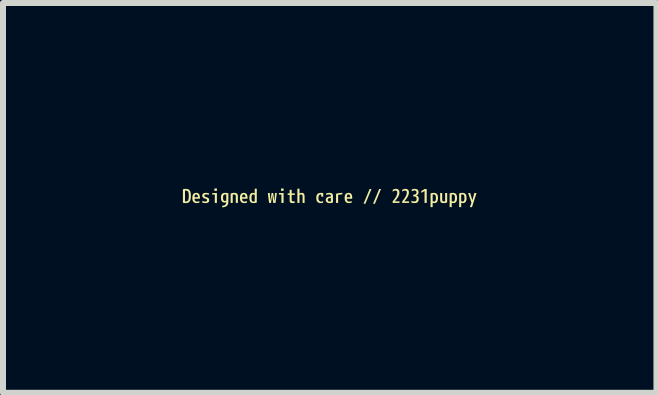
<source format=kicad_pcb>
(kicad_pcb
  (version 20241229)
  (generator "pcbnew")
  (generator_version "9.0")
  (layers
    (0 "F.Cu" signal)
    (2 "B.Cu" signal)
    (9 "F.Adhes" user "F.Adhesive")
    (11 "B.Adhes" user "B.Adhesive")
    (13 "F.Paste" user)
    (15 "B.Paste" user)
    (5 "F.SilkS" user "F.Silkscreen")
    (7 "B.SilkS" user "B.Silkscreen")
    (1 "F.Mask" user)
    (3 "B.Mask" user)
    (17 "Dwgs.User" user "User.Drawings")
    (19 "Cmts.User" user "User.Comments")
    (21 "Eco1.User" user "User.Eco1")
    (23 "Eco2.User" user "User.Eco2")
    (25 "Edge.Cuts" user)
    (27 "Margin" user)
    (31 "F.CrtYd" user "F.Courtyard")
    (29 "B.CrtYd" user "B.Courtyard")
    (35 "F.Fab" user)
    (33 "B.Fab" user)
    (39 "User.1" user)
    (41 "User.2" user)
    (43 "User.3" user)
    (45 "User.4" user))
  (footprint "kibuzzard-6387A879"
    (layer "F.Cu")
    (at 2.448 0.25)
    (property "Reference" "kibuzzard-6387A879" (at 0 -0.158 0) (layer "F.SilkS") (effects (font (size 0.001 0.001) (thickness 0.000003))))
    (attr board_only exclude_from_pos_files exclude_from_bom)
    (fp_poly (pts (xy -1.923 -0.117) (xy -1.923 -0.157) (xy -1.881 -0.157) (xy -1.881 -0.117) (xy -1.923 -0.117)) (stroke (width 0) (type solid)) (fill yes) (layer "F.SilkS"))
    (fp_poly (pts (xy -0.811 -0.117) (xy -0.811 -0.157) (xy -0.769 -0.157) (xy -0.769 -0.117) (xy -0.811 -0.117)) (stroke (width 0) (type solid)) (fill yes) (layer "F.SilkS"))
    (fp_poly (pts (xy 0.697 -0.148) (xy 0.595 0.097) (xy 0.564 0.097) (xy 0.666 -0.148) (xy 0.697 -0.148)) (stroke (width 0) (type solid)) (fill yes) (layer "F.SilkS"))
    (fp_poly (pts (xy 0.856 -0.148) (xy 0.754 0.097) (xy 0.723 0.097) (xy 0.825 -0.148) (xy 0.856 -0.148)) (stroke (width 0) (type solid)) (fill yes) (layer "F.SilkS"))
    (fp_poly (pts (xy -1.958 -0.081) (xy -1.881 -0.081) (xy -1.881 0.084) (xy -1.916 0.084) (xy -1.916 -0.055) (xy -1.958 -0.055) (xy -1.958 -0.081)) (stroke (width 0) (type solid)) (fill yes) (layer "F.SilkS"))
    (fp_poly (pts (xy -0.847 -0.081) (xy -0.769 -0.081) (xy -0.769 0.084) (xy -0.805 0.084) (xy -0.805 -0.055) (xy -0.847 -0.055) (xy -0.847 -0.081)) (stroke (width 0) (type solid)) (fill yes) (layer "F.SilkS"))
    (fp_poly (pts (xy 1.582 0.084) (xy 1.582 -0.114) (xy 1.582 -0.115) (xy 1.527 -0.084) (xy 1.527 -0.115) (xy 1.583 -0.148) (xy 1.618 -0.148) (xy 1.618 0.084) (xy 1.582 0.084)) (stroke (width 0) (type solid)) (fill yes) (layer "F.SilkS"))
    (fp_poly (pts (xy 2.379 0.04) (xy 2.379 0.04) (xy 2.412 -0.081) (xy 2.448 -0.081) (xy 2.373 0.154) (xy 2.338 0.154) (xy 2.364 0.081) (xy 2.309 -0.081) (xy 2.343 -0.081) (xy 2.379 0.04)) (stroke (width 0) (type solid)) (fill yes) (layer "F.SilkS"))
    (fp_poly (pts (xy 0.211 -0.084) (xy 0.211 -0.058) (xy 0.186 -0.057) (xy 0.163 -0.054) (xy 0.14 -0.049) (xy 0.141 0.084) (xy 0.106 0.084) (xy 0.106 -0.068) (xy 0.126 -0.074) (xy 0.147 -0.078) (xy 0.168 -0.081) (xy 0.189 -0.083) (xy 0.211 -0.084)) (stroke (width 0) (type solid)) (fill yes) (layer "F.SilkS"))
    (fp_poly (pts (xy -0.988 0.044) (xy -0.969 -0.081) (xy -0.942 -0.081) (xy -0.923 0.056) (xy -0.922 0.056) (xy -0.911 -0.081) (xy -0.882 -0.081) (xy -0.903 0.084) (xy -0.942 0.084) (xy -0.958 -0.046) (xy -0.959 -0.046) (xy -0.978 0.084) (xy -1.011 0.084) (xy -1.031 -0.081) (xy -0.999 -0.081) (xy -0.989 0.044) (xy -0.988 0.044)) (stroke (width 0) (type solid)) (fill yes) (layer "F.SilkS"))
    (fp_poly (pts (xy -1.652 -0.071) (xy -1.635 -0.078) (xy -1.617 -0.083) (xy -1.597 -0.084) (xy -1.574 -0.083) (xy -1.556 -0.079) (xy -1.545 -0.072) (xy -1.535 -0.055) (xy -1.531 -0.027) (xy -1.531 0.084) (xy -1.566 0.084) (xy -1.566 -0.029) (xy -1.572 -0.052) (xy -1.596 -0.058) (xy -1.617 -0.051) (xy -1.617 0.084) (xy -1.652 0.084) (xy -1.652 -0.071)) (stroke (width 0) (type solid)) (fill yes) (layer "F.SilkS"))
    (fp_poly (pts (xy 1.925 -0.081) (xy 1.959 -0.081) (xy 1.959 0.074) (xy 1.943 0.081) (xy 1.924 0.086) (xy 1.904 0.087) (xy 1.883 0.086) (xy 1.866 0.082) (xy 1.855 0.076) (xy 1.845 0.059) (xy 1.842 0.032) (xy 1.842 -0.081) (xy 1.876 -0.081) (xy 1.876 0.032) (xy 1.882 0.055) (xy 1.903 0.061) (xy 1.925 0.055) (xy 1.925 -0.081)) (stroke (width 0) (type solid)) (fill yes) (layer "F.SilkS"))
    (fp_poly (pts (xy -0.468 -0.084) (xy -0.446 -0.081) (xy -0.43 -0.071) (xy -0.422 -0.053) (xy -0.419 -0.026) (xy -0.419 0.084) (xy -0.453 0.084) (xy -0.452 -0.017) (xy -0.454 -0.038) (xy -0.457 -0.05) (xy -0.477 -0.058) (xy -0.491 -0.055) (xy -0.504 -0.045) (xy -0.504 0.084) (xy -0.539 0.084) (xy -0.539 -0.154) (xy -0.504 -0.154) (xy -0.504 -0.075) (xy -0.486 -0.082) (xy -0.468 -0.084)) (stroke (width 0) (type solid)) (fill yes) (layer "F.SilkS"))
    (fp_poly (pts (xy -0.581 -0.075) (xy -0.581 -0.049) (xy -0.634 -0.049) (xy -0.634 0.03) (xy -0.63 0.054) (xy -0.611 0.059) (xy -0.597 0.058) (xy -0.584 0.055) (xy -0.584 0.084) (xy -0.6 0.086) (xy -0.617 0.087) (xy -0.642 0.085) (xy -0.657 0.077) (xy -0.666 0.061) (xy -0.668 0.037) (xy -0.668 -0.049) (xy -0.701 -0.049) (xy -0.701 -0.075) (xy -0.668 -0.075) (xy -0.668 -0.135) (xy -0.634 -0.135) (xy -0.634 -0.075) (xy -0.581 -0.075)) (stroke (width 0) (type solid)) (fill yes) (layer "F.SilkS"))
    (fp_poly (pts (xy -0.108 -0.021) (xy -0.142 -0.021) (xy -0.142 -0.057) (xy -0.15 -0.058) (xy -0.166 -0.054) (xy -0.179 -0.043) (xy -0.186 -0.024) (xy -0.189 0.002) (xy -0.186 0.028) (xy -0.177 0.047) (xy -0.163 0.059) (xy -0.145 0.063) (xy -0.128 0.06) (xy -0.11 0.053) (xy -0.11 0.079) (xy -0.129 0.085) (xy -0.149 0.087) (xy -0.171 0.085) (xy -0.19 0.078) (xy -0.205 0.066) (xy -0.216 0.049) (xy -0.222 0.028) (xy -0.224 0.002) (xy -0.223 -0.021) (xy -0.218 -0.04) (xy -0.211 -0.056) (xy -0.2 -0.068) (xy -0.186 -0.077) (xy -0.169 -0.082) (xy -0.15 -0.084) (xy -0.128 -0.083) (xy -0.108 -0.078) (xy -0.108 -0.021)) (stroke (width 0) (type solid)) (fill yes) (layer "F.SilkS"))
    (fp_poly (pts (xy 1.106 -0.151) (xy 1.13 -0.147) (xy 1.148 -0.135) (xy 1.159 -0.116) (xy 1.163 -0.089) (xy 1.161 -0.069) (xy 1.155 -0.047) (xy 1.145 -0.025) (xy 1.134 -0.007) (xy 1.121 0.013) (xy 1.105 0.034) (xy 1.087 0.056) (xy 1.087 0.057) (xy 1.164 0.057) (xy 1.164 0.084) (xy 1.05 0.084) (xy 1.05 0.057) (xy 1.07 0.033) (xy 1.087 0.01) (xy 1.102 -0.011) (xy 1.113 -0.032) (xy 1.12 -0.051) (xy 1.125 -0.07) (xy 1.127 -0.087) (xy 1.125 -0.104) (xy 1.12 -0.115) (xy 1.099 -0.123) (xy 1.084 -0.121) (xy 1.068 -0.115) (xy 1.05 -0.104) (xy 1.05 -0.134) (xy 1.067 -0.143) (xy 1.086 -0.149) (xy 1.106 -0.151)) (stroke (width 0) (type solid)) (fill yes) (layer "F.SilkS"))
    (fp_poly (pts (xy 1.265 -0.151) (xy 1.289 -0.147) (xy 1.307 -0.135) (xy 1.318 -0.116) (xy 1.321 -0.089) (xy 1.319 -0.069) (xy 1.313 -0.047) (xy 1.303 -0.025) (xy 1.293 -0.007) (xy 1.28 0.013) (xy 1.264 0.034) (xy 1.245 0.056) (xy 1.245 0.057) (xy 1.323 0.057) (xy 1.323 0.084) (xy 1.209 0.084) (xy 1.209 0.057) (xy 1.229 0.033) (xy 1.246 0.01) (xy 1.26 -0.011) (xy 1.271 -0.032) (xy 1.279 -0.051) (xy 1.284 -0.07) (xy 1.285 -0.087) (xy 1.284 -0.104) (xy 1.279 -0.115) (xy 1.258 -0.123) (xy 1.243 -0.121) (xy 1.226 -0.115) (xy 1.209 -0.104) (xy 1.209 -0.134) (xy 1.226 -0.143) (xy 1.245 -0.149) (xy 1.265 -0.151)) (stroke (width 0) (type solid)) (fill yes) (layer "F.SilkS"))
    (fp_poly (pts (xy 1.806 0.002) (xy 1.769 -0.026) (xy 1.763 -0.045) (xy 1.753 -0.055) (xy 1.738 -0.058) (xy 1.717 -0.055) (xy 1.717 0.054) (xy 1.741 0.062) (xy 1.754 0.058) (xy 1.764 0.047) (xy 1.769 0.028) (xy 1.771 0.002) (xy 1.769 -0.026) (xy 1.806 0.002) (xy 1.804 0.028) (xy 1.799 0.049) (xy 1.791 0.066) (xy 1.779 0.078) (xy 1.764 0.085) (xy 1.745 0.087) (xy 1.731 0.086) (xy 1.717 0.081) (xy 1.717 0.154) (xy 1.682 0.154) (xy 1.682 -0.074) (xy 1.699 -0.08) (xy 1.717 -0.083) (xy 1.736 -0.084) (xy 1.758 -0.082) (xy 1.776 -0.075) (xy 1.789 -0.064) (xy 1.799 -0.048) (xy 1.804 -0.026) (xy 1.806 0.002)) (stroke (width 0) (type solid)) (fill yes) (layer "F.SilkS"))
    (fp_poly (pts (xy 2.124 0.002) (xy 2.087 -0.026) (xy 2.081 -0.045) (xy 2.07 -0.055) (xy 2.055 -0.058) (xy 2.035 -0.055) (xy 2.035 0.054) (xy 2.059 0.062) (xy 2.072 0.058) (xy 2.081 0.047) (xy 2.087 0.028) (xy 2.089 0.002) (xy 2.087 -0.026) (xy 2.124 0.002) (xy 2.122 0.028) (xy 2.117 0.049) (xy 2.108 0.066) (xy 2.097 0.078) (xy 2.081 0.085) (xy 2.063 0.087) (xy 2.048 0.086) (xy 2.035 0.081) (xy 2.035 0.154) (xy 2 0.154) (xy 2 -0.074) (xy 2.017 -0.08) (xy 2.035 -0.083) (xy 2.054 -0.084) (xy 2.076 -0.082) (xy 2.094 -0.075) (xy 2.107 -0.064) (xy 2.116 -0.048) (xy 2.122 -0.026) (xy 2.124 0.002)) (stroke (width 0) (type solid)) (fill yes) (layer "F.SilkS"))
    (fp_poly (pts (xy 2.282 0.002) (xy 2.245 -0.026) (xy 2.239 -0.045) (xy 2.229 -0.055) (xy 2.214 -0.058) (xy 2.193 -0.055) (xy 2.193 0.054) (xy 2.217 0.062) (xy 2.23 0.058) (xy 2.24 0.047) (xy 2.246 0.028) (xy 2.247 0.002) (xy 2.245 -0.026) (xy 2.282 0.002) (xy 2.281 0.028) (xy 2.276 0.049) (xy 2.267 0.066) (xy 2.255 0.078) (xy 2.24 0.085) (xy 2.221 0.087) (xy 2.207 0.086) (xy 2.193 0.081) (xy 2.193 0.154) (xy 2.159 0.154) (xy 2.159 -0.074) (xy 2.176 -0.08) (xy 2.194 -0.083) (xy 2.212 -0.084) (xy 2.235 -0.082) (xy 2.252 -0.075) (xy 2.266 -0.064) (xy 2.275 -0.048) (xy 2.28 -0.026) (xy 2.282 0.002)) (stroke (width 0) (type solid)) (fill yes) (layer "F.SilkS"))
    (fp_poly (pts (xy -2.315 -0.035) (xy -2.351 -0.064) (xy -2.355 -0.087) (xy -2.361 -0.104) (xy -2.377 -0.118) (xy -2.399 -0.123) (xy -2.413 -0.12) (xy -2.413 0.057) (xy -2.399 0.06) (xy -2.376 0.055) (xy -2.361 0.04) (xy -2.355 0.022) (xy -2.351 -0.003) (xy -2.35 -0.035) (xy -2.351 -0.064) (xy -2.315 -0.035) (xy -2.316 -0.006) (xy -2.319 0.018) (xy -2.324 0.038) (xy -2.336 0.061) (xy -2.352 0.076) (xy -2.372 0.085) (xy -2.399 0.087) (xy -2.425 0.086) (xy -2.448 0.081) (xy -2.448 -0.144) (xy -2.424 -0.149) (xy -2.399 -0.151) (xy -2.372 -0.148) (xy -2.35 -0.139) (xy -2.335 -0.125) (xy -2.326 -0.11) (xy -2.32 -0.089) (xy -2.316 -0.065) (xy -2.315 -0.035)) (stroke (width 0) (type solid)) (fill yes) (layer "F.SilkS"))
    (fp_poly (pts (xy -1.339 0.002) (xy -1.302 0.03) (xy -1.296 0.049) (xy -1.286 0.059) (xy -1.271 0.063) (xy -1.25 0.058) (xy -1.25 -0.047) (xy -1.262 -0.055) (xy -1.277 -0.058) (xy -1.289 -0.055) (xy -1.298 -0.045) (xy -1.303 -0.026) (xy -1.304 0.002) (xy -1.302 0.03) (xy -1.339 0.002) (xy -1.338 -0.026) (xy -1.333 -0.048) (xy -1.325 -0.064) (xy -1.314 -0.075) (xy -1.299 -0.082) (xy -1.281 -0.084) (xy -1.265 -0.082) (xy -1.25 -0.077) (xy -1.25 -0.154) (xy -1.216 -0.154) (xy -1.216 0.077) (xy -1.232 0.083) (xy -1.25 0.086) (xy -1.27 0.087) (xy -1.292 0.085) (xy -1.309 0.079) (xy -1.323 0.068) (xy -1.332 0.052) (xy -1.338 0.03) (xy -1.339 0.002)) (stroke (width 0) (type solid)) (fill yes) (layer "F.SilkS"))
    (fp_poly (pts (xy -2.064 -0.059) (xy -2.084 -0.054) (xy -2.091 -0.038) (xy -2.086 -0.024) (xy -2.067 -0.015) (xy -2.038 -0.006) (xy -2.021 0.005) (xy -2.012 0.019) (xy -2.009 0.04) (xy -2.013 0.06) (xy -2.025 0.075) (xy -2.044 0.084) (xy -2.07 0.087) (xy -2.089 0.086) (xy -2.108 0.083) (xy -2.125 0.077) (xy -2.125 0.049) (xy -2.099 0.058) (xy -2.075 0.062) (xy -2.051 0.056) (xy -2.044 0.04) (xy -2.05 0.024) (xy -2.071 0.014) (xy -2.096 0.006) (xy -2.113 -0.006) (xy -2.123 -0.02) (xy -2.126 -0.038) (xy -2.122 -0.058) (xy -2.111 -0.072) (xy -2.093 -0.081) (xy -2.067 -0.084) (xy -2.048 -0.083) (xy -2.031 -0.081) (xy -2.014 -0.077) (xy -2.014 -0.051) (xy -2.039 -0.057) (xy -2.064 -0.059)) (stroke (width 0) (type solid)) (fill yes) (layer "F.SilkS"))
    (fp_poly (pts (xy -1.461 0.014) (xy -1.461 -0.011) (xy -1.405 -0.011) (xy -1.407 -0.033) (xy -1.412 -0.048) (xy -1.432 -0.059) (xy -1.444 -0.056) (xy -1.453 -0.049) (xy -1.459 -0.034) (xy -1.461 -0.011) (xy -1.461 0.014) (xy -1.458 0.036) (xy -1.45 0.051) (xy -1.437 0.059) (xy -1.42 0.062) (xy -1.401 0.059) (xy -1.379 0.053) (xy -1.379 0.079) (xy -1.402 0.085) (xy -1.424 0.087) (xy -1.447 0.085) (xy -1.465 0.078) (xy -1.479 0.066) (xy -1.489 0.049) (xy -1.495 0.028) (xy -1.497 0.002) (xy -1.496 -0.025) (xy -1.49 -0.046) (xy -1.481 -0.063) (xy -1.468 -0.075) (xy -1.451 -0.082) (xy -1.431 -0.084) (xy -1.412 -0.082) (xy -1.397 -0.075) (xy -1.385 -0.064) (xy -1.377 -0.048) (xy -1.372 -0.026) (xy -1.37 0.001) (xy -1.371 0.014) (xy -1.461 0.014)) (stroke (width 0) (type solid)) (fill yes) (layer "F.SilkS"))
    (fp_poly (pts (xy -2.255 0.014) (xy -2.255 -0.011) (xy -2.199 -0.011) (xy -2.2 -0.033) (xy -2.206 -0.048) (xy -2.226 -0.059) (xy -2.238 -0.056) (xy -2.247 -0.049) (xy -2.252 -0.034) (xy -2.255 -0.011) (xy -2.255 0.014) (xy -2.251 0.036) (xy -2.243 0.051) (xy -2.231 0.059) (xy -2.214 0.062) (xy -2.195 0.059) (xy -2.173 0.053) (xy -2.173 0.079) (xy -2.196 0.085) (xy -2.218 0.087) (xy -2.238 0.086) (xy -2.254 0.08) (xy -2.267 0.072) (xy -2.278 0.059) (xy -2.285 0.044) (xy -2.29 0.024) (xy -2.291 0.002) (xy -2.289 -0.025) (xy -2.284 -0.046) (xy -2.275 -0.063) (xy -2.262 -0.075) (xy -2.245 -0.082) (xy -2.225 -0.084) (xy -2.206 -0.082) (xy -2.191 -0.075) (xy -2.179 -0.064) (xy -2.171 -0.048) (xy -2.166 -0.026) (xy -2.164 0.001) (xy -2.165 0.014) (xy -2.255 0.014)) (stroke (width 0) (type solid)) (fill yes) (layer "F.SilkS"))
    (fp_poly (pts (xy 0.285 0.014) (xy 0.285 -0.011) (xy 0.341 -0.011) (xy 0.34 -0.033) (xy 0.334 -0.048) (xy 0.314 -0.059) (xy 0.302 -0.056) (xy 0.293 -0.049) (xy 0.288 -0.034) (xy 0.285 -0.011) (xy 0.285 0.014) (xy 0.289 0.036) (xy 0.297 0.051) (xy 0.309 0.059) (xy 0.326 0.062) (xy 0.345 0.059) (xy 0.367 0.053) (xy 0.367 0.079) (xy 0.344 0.085) (xy 0.322 0.087) (xy 0.302 0.086) (xy 0.286 0.08) (xy 0.273 0.072) (xy 0.262 0.059) (xy 0.255 0.044) (xy 0.25 0.024) (xy 0.249 0.002) (xy 0.251 -0.025) (xy 0.256 -0.046) (xy 0.265 -0.063) (xy 0.278 -0.075) (xy 0.295 -0.082) (xy 0.315 -0.084) (xy 0.334 -0.082) (xy 0.349 -0.075) (xy 0.361 -0.064) (xy 0.369 -0.048) (xy 0.374 -0.026) (xy 0.376 0.001) (xy 0.375 0.014) (xy 0.285 0.014)) (stroke (width 0) (type solid)) (fill yes) (layer "F.SilkS"))
    (fp_poly (pts (xy -0.005 -0.084) (xy 0.024 -0.081) (xy 0.042 -0.071) (xy 0.049 -0.06) (xy 0.053 -0.043) (xy 0.054 -0.021) (xy 0.054 0.077) (xy 0.037 0.083) (xy 0.018 0.086) (xy -0.001 0.087) (xy -0.02 0.086) (xy -0.036 0.081) (xy -0.049 0.073) (xy -0.062 0.057) (xy -0.066 0.034) (xy -0.061 0.01) (xy -0.047 -0.008) (xy -0.032 -0.016) (xy -0.013 -0.021) (xy 0.011 -0.022) (xy 0.02 0.002) (xy 0.011 0.002) (xy -0.009 0.004) (xy -0.022 0.01) (xy -0.03 0.02) (xy -0.033 0.034) (xy -0.024 0.055) (xy -0.001 0.063) (xy 0.02 0.058) (xy 0.02 0.002) (xy 0.011 -0.022) (xy 0.02 -0.022) (xy 0.02 -0.028) (xy 0.015 -0.052) (xy -0.007 -0.058) (xy -0.023 -0.057) (xy -0.04 -0.053) (xy -0.058 -0.047) (xy -0.058 -0.074) (xy -0.04 -0.08) (xy -0.022 -0.083) (xy -0.005 -0.084)) (stroke (width 0) (type solid)) (fill yes) (layer "F.SilkS"))
    (fp_poly (pts (xy -1.793 0.157) (xy -1.793 0.13) (xy -1.773 0.129) (xy -1.756 0.124) (xy -1.743 0.116) (xy -1.73 0.099) (xy -1.725 0.076) (xy -1.725 0.071) (xy -1.739 0.076) (xy -1.753 0.078) (xy -1.772 0.076) (xy -1.777 0.021) (xy -1.772 0.038) (xy -1.762 0.049) (xy -1.749 0.052) (xy -1.725 0.045) (xy -1.725 -0.056) (xy -1.743 -0.058) (xy -1.759 -0.055) (xy -1.77 -0.046) (xy -1.777 -0.029) (xy -1.779 -0.003) (xy -1.777 0.021) (xy -1.772 0.076) (xy -1.787 0.069) (xy -1.799 0.058) (xy -1.807 0.042) (xy -1.812 0.022) (xy -1.814 -0.003) (xy -1.812 -0.029) (xy -1.806 -0.05) (xy -1.797 -0.065) (xy -1.783 -0.076) (xy -1.764 -0.082) (xy -1.741 -0.084) (xy -1.714 -0.082) (xy -1.69 -0.077) (xy -1.69 0.071) (xy -1.693 0.096) (xy -1.702 0.117) (xy -1.717 0.134) (xy -1.732 0.144) (xy -1.75 0.151) (xy -1.77 0.156) (xy -1.793 0.157)) (stroke (width 0) (type solid)) (fill yes) (layer "F.SilkS"))
    (fp_poly (pts (xy 1.421 -0.151) (xy 1.447 -0.147) (xy 1.466 -0.137) (xy 1.478 -0.12) (xy 1.482 -0.097) (xy 1.48 -0.077) (xy 1.473 -0.061) (xy 1.461 -0.049) (xy 1.444 -0.041) (xy 1.444 -0.04) (xy 1.462 -0.034) (xy 1.475 -0.022) (xy 1.483 -0.005) (xy 1.485 0.017) (xy 1.483 0.039) (xy 1.477 0.056) (xy 1.468 0.07) (xy 1.454 0.08) (xy 1.436 0.085) (xy 1.414 0.087) (xy 1.388 0.085) (xy 1.363 0.077) (xy 1.363 0.047) (xy 1.386 0.056) (xy 1.41 0.06) (xy 1.427 0.057) (xy 1.44 0.049) (xy 1.447 0.035) (xy 1.45 0.016) (xy 1.447 -0.003) (xy 1.438 -0.016) (xy 1.423 -0.023) (xy 1.399 -0.025) (xy 1.393 -0.025) (xy 1.393 -0.053) (xy 1.399 -0.053) (xy 1.421 -0.056) (xy 1.436 -0.063) (xy 1.445 -0.075) (xy 1.448 -0.093) (xy 1.444 -0.11) (xy 1.433 -0.12) (xy 1.415 -0.124) (xy 1.392 -0.12) (xy 1.368 -0.11) (xy 1.368 -0.14) (xy 1.386 -0.146) (xy 1.404 -0.15) (xy 1.421 -0.151)) (stroke (width 0) (type solid)) (fill yes) (layer "F.SilkS")))
  (gr_rect
    (start -3 -3)
    (end 7.897 3.5)
    (stroke (width 0.1) (type default))
    (fill no)
    (layer "Edge.Cuts")))
</source>
